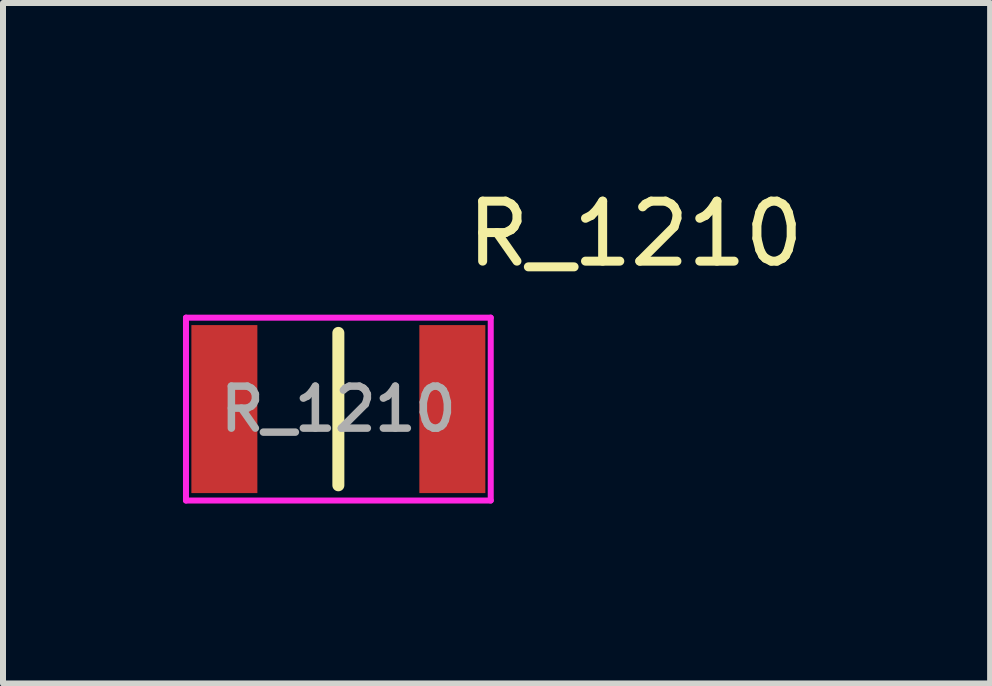
<source format=kicad_pcb>
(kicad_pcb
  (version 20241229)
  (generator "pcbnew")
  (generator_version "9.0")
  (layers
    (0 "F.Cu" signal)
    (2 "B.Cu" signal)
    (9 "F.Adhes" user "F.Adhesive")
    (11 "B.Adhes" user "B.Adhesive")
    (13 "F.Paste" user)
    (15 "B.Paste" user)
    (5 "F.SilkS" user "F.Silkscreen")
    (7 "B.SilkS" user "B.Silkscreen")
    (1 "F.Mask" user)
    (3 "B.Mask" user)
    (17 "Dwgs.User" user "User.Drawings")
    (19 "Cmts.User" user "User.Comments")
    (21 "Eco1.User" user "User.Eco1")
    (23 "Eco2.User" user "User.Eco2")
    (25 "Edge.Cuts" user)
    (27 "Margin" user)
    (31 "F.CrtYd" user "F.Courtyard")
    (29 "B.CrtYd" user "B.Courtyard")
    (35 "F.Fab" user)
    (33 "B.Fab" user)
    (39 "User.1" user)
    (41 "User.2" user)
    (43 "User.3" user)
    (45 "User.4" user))
  (footprint "R_1210"
    (layer "F.Cu")
    (at 2.59 3.769)
    (property "Reference" "R_1210" (at 4.953 -2.921 0) (layer "F.SilkS") (effects (font (size 1 1) (thickness 0.15))))
    (attr through_hole)
    (fp_line (start 0 -1.27) (end 0 1.27) (stroke (width 0.2) (type solid)) (layer "F.SilkS"))
    (fp_line (start -2.54 -1.524) (end 2.54 -1.524) (stroke (width 0.1) (type solid)) (layer "F.CrtYd"))
    (fp_line (start -2.54 1.524) (end -2.54 -1.524) (stroke (width 0.1) (type solid)) (layer "F.CrtYd"))
    (fp_line (start 2.54 -1.524) (end 2.54 1.524) (stroke (width 0.1) (type solid)) (layer "F.CrtYd"))
    (fp_line (start 2.54 1.524) (end -2.54 1.524) (stroke (width 0.1) (type solid)) (layer "F.CrtYd"))
    (fp_text user "${REFERENCE}" (at 0 0 0) (layer "F.Fab") (effects (font (size 0.7 0.7) (thickness 0.125))))
    (pad "1" smd rect (at -1.9 0) (size 1.1 2.8) (layers "F.Cu" "F.Mask" "F.Paste"))
    (pad "2" smd rect (at 1.9 0) (size 1.1 2.8) (layers "F.Cu" "F.Mask" "F.Paste")))
  (gr_rect
    (start -3 -3)
    (end 13.454 8.343)
    (stroke (width 0.1) (type default))
    (fill no)
    (layer "Edge.Cuts")))
</source>
